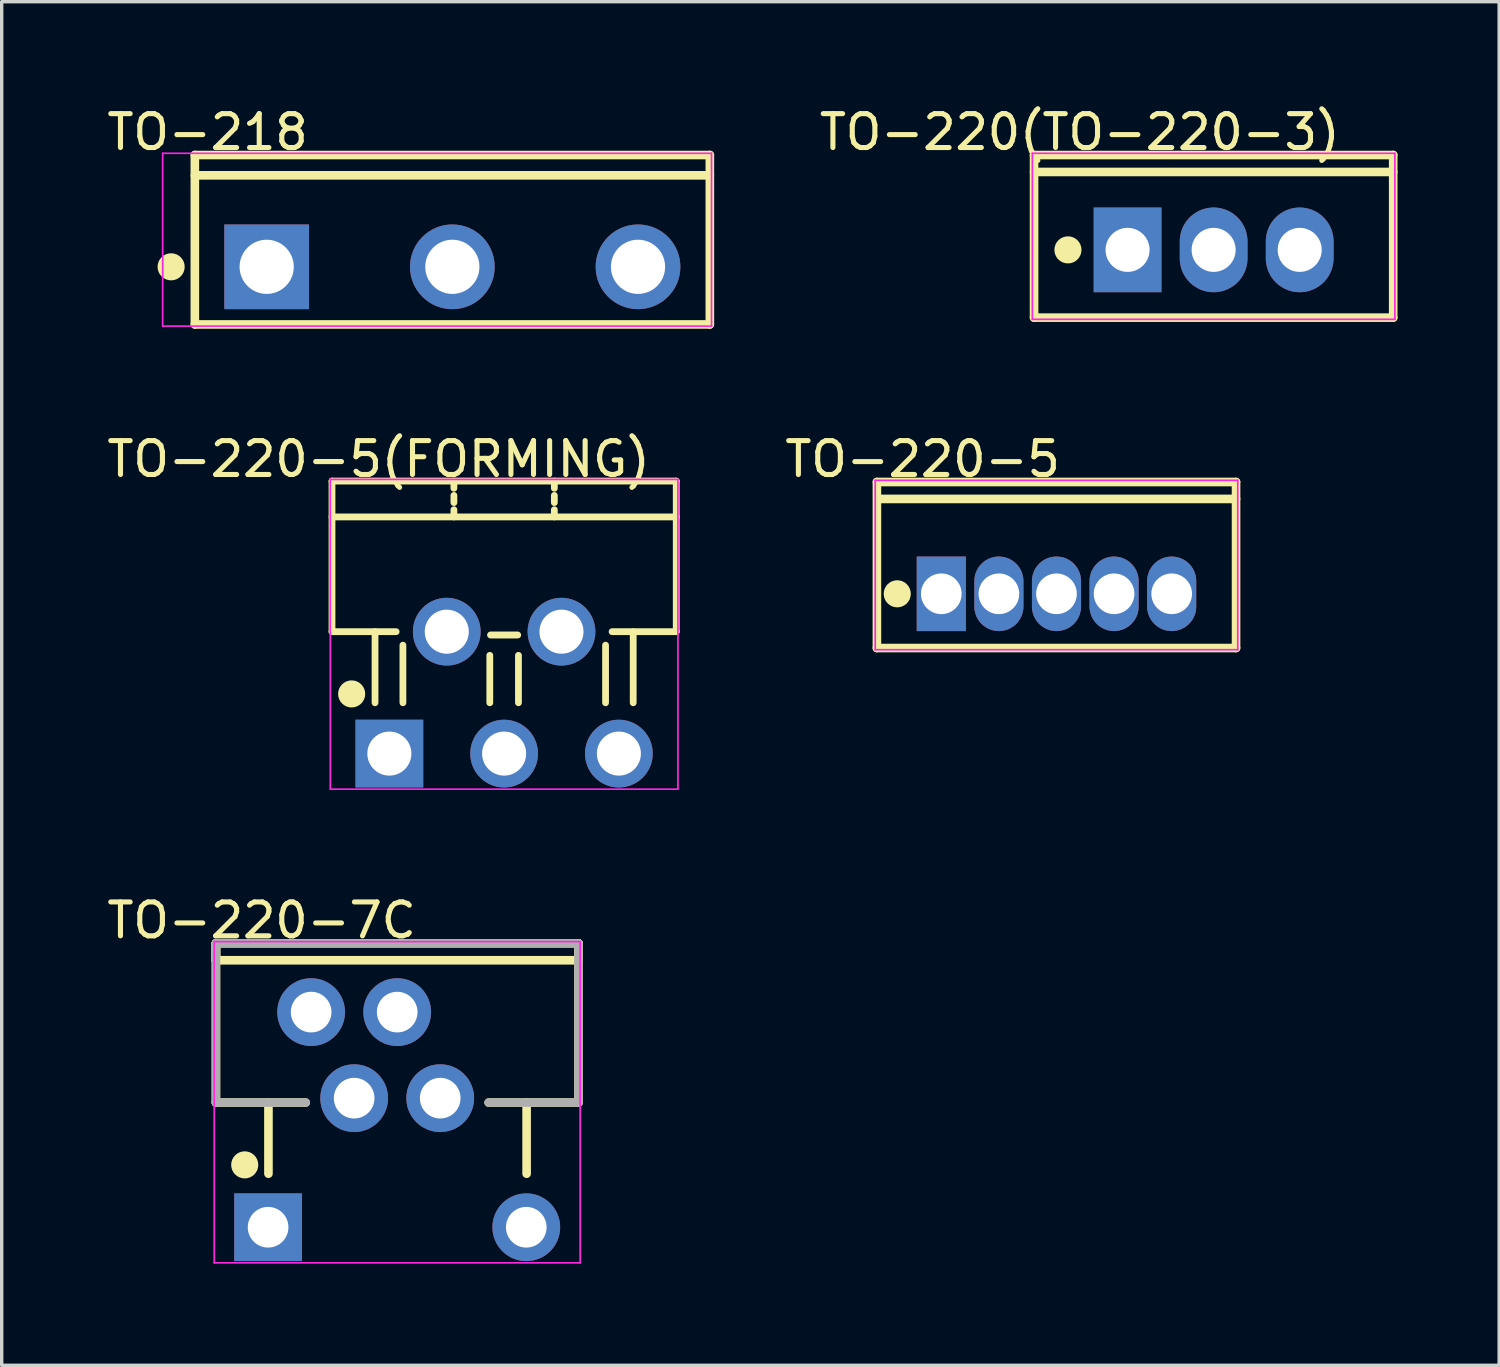
<source format=kicad_pcb>
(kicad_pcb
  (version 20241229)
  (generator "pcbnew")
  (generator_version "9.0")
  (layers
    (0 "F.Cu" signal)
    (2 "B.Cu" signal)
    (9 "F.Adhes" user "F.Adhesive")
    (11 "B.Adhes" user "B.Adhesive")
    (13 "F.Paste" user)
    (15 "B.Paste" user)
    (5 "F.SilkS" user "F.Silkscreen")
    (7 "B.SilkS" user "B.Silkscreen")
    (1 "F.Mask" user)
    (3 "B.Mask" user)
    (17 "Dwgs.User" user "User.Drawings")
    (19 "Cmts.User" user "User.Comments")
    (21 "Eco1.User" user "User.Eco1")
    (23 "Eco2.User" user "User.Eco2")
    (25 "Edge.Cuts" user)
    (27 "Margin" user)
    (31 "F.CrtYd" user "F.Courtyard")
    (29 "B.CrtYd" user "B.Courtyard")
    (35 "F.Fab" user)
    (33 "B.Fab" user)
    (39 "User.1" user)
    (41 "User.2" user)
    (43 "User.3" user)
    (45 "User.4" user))
  (footprint "TO-218"
    (layer "F.Cu")
    (at 10.301 4.825)
    (property "Reference" "TO-218" (at -7.224 -3.976 0) (layer "F.SilkS") (effects (font (size 1 1) (thickness 0.15))))
    (attr through_hole)
    (fp_line (start -7.6 -3.3) (end 7.6 -3.3) (stroke (width 0.254) (type solid)) (layer "F.SilkS"))
    (fp_line (start -7.6 -2.7) (end 7.6 -2.7) (stroke (width 0.254) (type solid)) (layer "F.SilkS"))
    (fp_line (start -7.6 1.7) (end -7.6 -3.3) (stroke (width 0.254) (type solid)) (layer "F.SilkS"))
    (fp_line (start -7.6 1.7) (end 7.6 1.7) (stroke (width 0.254) (type solid)) (layer "F.SilkS"))
    (fp_line (start 7.6 1.7) (end 7.6 -3.3) (stroke (width 0.254) (type solid)) (layer "F.SilkS"))
    (fp_circle (center -8.3 0) (end -8.1 0) (stroke (width 0.4) (type solid)) (fill no) (layer "F.SilkS"))
    (fp_line (start -8.55 -3.35) (end 7.65 -3.35) (stroke (width 0.05) (type solid)) (layer "F.CrtYd"))
    (fp_line (start -8.55 1.75) (end -8.55 -3.35) (stroke (width 0.05) (type solid)) (layer "F.CrtYd"))
    (fp_line (start 7.65 -3.35) (end 7.65 1.75) (stroke (width 0.05) (type solid)) (layer "F.CrtYd"))
    (fp_line (start 7.65 1.75) (end -8.55 1.75) (stroke (width 0.05) (type solid)) (layer "F.CrtYd"))
    (pad "1" thru_hole rect (at -5.48 0) (size 2.5 2.5) (drill 1.6) (layers "*.Cu" "*.Mask"))
    (pad "2" thru_hole oval (at 0 0) (size 2.5 2.5) (drill 1.6) (layers "*.Cu" "*.Mask"))
    (pad "3" thru_hole oval (at 5.48 0) (size 2.5 2.5) (drill 1.6) (layers "*.Cu" "*.Mask")))
  (footprint "TO-220-5(FORMING)"
    (layer "F.Cu")
    (at 11.829 19.192)
    (property "Reference" "TO-220-5(FORMING)" (at -3.704 -8.693 0) (layer "F.SilkS") (effects (font (size 1 1) (thickness 0.15))))
    (attr through_hole)
    (fp_line (start -5.08 -8.043) (end 5.08 -8.043) (stroke (width 0.2) (type solid)) (layer "F.SilkS"))
    (fp_line (start -5.08 -6.985) (end 5.08 -6.985) (stroke (width 0.2) (type solid)) (layer "F.SilkS"))
    (fp_line (start -5.08 -3.598) (end -5.08 -8.043) (stroke (width 0.2) (type solid)) (layer "F.SilkS"))
    (fp_line (start -5.08 -3.598) (end -3.187 -3.598) (stroke (width 0.2) (type solid)) (layer "F.SilkS"))
    (fp_line (start -3.81 -1.5) (end -3.81 -3.598) (stroke (width 0.2) (type solid)) (layer "F.SilkS"))
    (fp_line (start -2.987 -1.5) (end -2.987 -3.2) (stroke (width 0.2) (type solid)) (layer "F.SilkS"))
    (fp_line (start -1.482 -7.832) (end -1.482 -8.043) (stroke (width 0.2) (type solid)) (layer "F.SilkS"))
    (fp_line (start -1.482 -7.408) (end -1.482 -7.62) (stroke (width 0.2) (type solid)) (layer "F.SilkS"))
    (fp_line (start -1.482 -6.985) (end -1.482 -7.197) (stroke (width 0.2) (type solid)) (layer "F.SilkS"))
    (fp_line (start -0.423 -1.5) (end -0.423 -2.9) (stroke (width 0.2) (type solid)) (layer "F.SilkS"))
    (fp_line (start -0.4 -3.5) (end 0.4 -3.5) (stroke (width 0.203) (type solid)) (layer "F.SilkS"))
    (fp_line (start 0.423 -1.5) (end 0.423 -2.9) (stroke (width 0.2) (type solid)) (layer "F.SilkS"))
    (fp_line (start 1.482 -7.832) (end 1.482 -8.043) (stroke (width 0.2) (type solid)) (layer "F.SilkS"))
    (fp_line (start 1.482 -7.408) (end 1.482 -7.62) (stroke (width 0.2) (type solid)) (layer "F.SilkS"))
    (fp_line (start 1.482 -6.985) (end 1.482 -7.197) (stroke (width 0.2) (type solid)) (layer "F.SilkS"))
    (fp_line (start 2.994 -1.5) (end 2.994 -3.2) (stroke (width 0.2) (type solid)) (layer "F.SilkS"))
    (fp_line (start 3.187 -3.598) (end 5.08 -3.598) (stroke (width 0.2) (type solid)) (layer "F.SilkS"))
    (fp_line (start 3.81 -1.5) (end 3.81 -3.598) (stroke (width 0.2) (type solid)) (layer "F.SilkS"))
    (fp_line (start 5.08 -3.598) (end 5.08 -8.043) (stroke (width 0.2) (type solid)) (layer "F.SilkS"))
    (fp_circle (center -4.5 -1.761) (end -4.3 -1.761) (stroke (width 0.4) (type solid)) (fill no) (layer "F.SilkS"))
    (fp_line (start -5.13 -8.093) (end 5.13 -8.093) (stroke (width 0.05) (type solid)) (layer "F.CrtYd"))
    (fp_line (start -5.13 1.05) (end -5.13 -8.093) (stroke (width 0.05) (type solid)) (layer "F.CrtYd"))
    (fp_line (start 5.13 -8.093) (end 5.13 1.05) (stroke (width 0.05) (type solid)) (layer "F.CrtYd"))
    (fp_line (start 5.13 1.05) (end -5.13 1.05) (stroke (width 0.05) (type solid)) (layer "F.CrtYd"))
    (pad "1" thru_hole rect (at -3.387 0) (size 2 2) (drill 1.3) (layers "*.Cu" "*.Mask"))
    (pad "2" thru_hole oval (at -1.693 -3.598) (size 2 2) (drill 1.3) (layers "*.Cu" "*.Mask"))
    (pad "3" thru_hole oval (at 0 0) (size 2 2) (drill 1.3) (layers "*.Cu" "*.Mask"))
    (pad "4" thru_hole oval (at 1.693 -3.598) (size 2 2) (drill 1.3) (layers "*.Cu" "*.Mask"))
    (pad "5" thru_hole oval (at 3.387 0) (size 2 2) (drill 1.3) (layers "*.Cu" "*.Mask")))
  (footprint "TO-220-5"
    (layer "F.Cu")
    (at 28.132 14.476)
    (property "Reference" "TO-220-5" (at -3.951 -3.976 0) (layer "F.SilkS") (effects (font (size 1 1) (thickness 0.15))))
    (attr through_hole)
    (fp_line (start -5.3 -3.3) (end 5.3 -3.3) (stroke (width 0.254) (type solid)) (layer "F.SilkS"))
    (fp_line (start -5.3 1.6) (end -5.3 -3.3) (stroke (width 0.254) (type solid)) (layer "F.SilkS"))
    (fp_line (start -5.3 1.6) (end 5.3 1.6) (stroke (width 0.254) (type solid)) (layer "F.SilkS"))
    (fp_line (start -5.2 -2.8) (end 5.3 -2.8) (stroke (width 0.254) (type solid)) (layer "F.SilkS"))
    (fp_line (start 5.3 1.6) (end 5.3 -3.3) (stroke (width 0.254) (type solid)) (layer "F.SilkS"))
    (fp_circle (center -4.7 0) (end -4.5 0) (stroke (width 0.4) (type solid)) (fill no) (layer "F.SilkS"))
    (fp_line (start -5.35 -3.35) (end 5.35 -3.35) (stroke (width 0.05) (type solid)) (layer "F.CrtYd"))
    (fp_line (start -5.35 1.65) (end -5.35 -3.35) (stroke (width 0.05) (type solid)) (layer "F.CrtYd"))
    (fp_line (start 5.35 -3.35) (end 5.35 1.65) (stroke (width 0.05) (type solid)) (layer "F.CrtYd"))
    (fp_line (start 5.35 1.65) (end -5.35 1.65) (stroke (width 0.05) (type solid)) (layer "F.CrtYd"))
    (pad "1" thru_hole rect (at -3.4 0) (size 1.45 2.2) (drill 1.2) (layers "*.Cu" "*.Mask"))
    (pad "2" thru_hole oval (at -1.7 0) (size 1.45 2.2) (drill 1.2) (layers "*.Cu" "*.Mask"))
    (pad "3" thru_hole oval (at 0 0) (size 1.45 2.2) (drill 1.2) (layers "*.Cu" "*.Mask"))
    (pad "4" thru_hole oval (at 1.7 0) (size 1.45 2.2) (drill 1.2) (layers "*.Cu" "*.Mask"))
    (pad "5" thru_hole oval (at 3.4 0) (size 1.45 2.2) (drill 1.2) (layers "*.Cu" "*.Mask")))
  (footprint "TO-220-7C"
    (layer "F.Cu")
    (at 8.673 28.092)
    (property "Reference" "TO-220-7C" (at -4.001 -3.976 0) (layer "F.SilkS") (effects (font (size 1 1) (thickness 0.15))))
    (attr through_hole)
    (fp_line (start -5.35 -3.3) (end 5.35 -3.3) (stroke (width 0.254) (type solid)) (layer "F.SilkS"))
    (fp_line (start -5.35 -2.8) (end -5.35 -3.3) (stroke (width 0.254) (type solid)) (layer "F.SilkS"))
    (fp_line (start -5.35 -2.8) (end -5.35 -3.3) (stroke (width 0.254) (type solid)) (layer "F.SilkS"))
    (fp_line (start -5.35 -2.8) (end 5.35 -2.8) (stroke (width 0.254) (type solid)) (layer "F.SilkS"))
    (fp_line (start -5.35 1.4) (end -5.35 -3.3) (stroke (width 0.254) (type solid)) (layer "F.SilkS"))
    (fp_line (start -5.35 1.4) (end -2.7 1.4) (stroke (width 0.254) (type solid)) (layer "F.SilkS"))
    (fp_line (start -3.8 3.5) (end -3.8 1.4) (stroke (width 0.254) (type solid)) (layer "F.SilkS"))
    (fp_line (start 2.7 1.4) (end 5.35 1.4) (stroke (width 0.254) (type solid)) (layer "F.SilkS"))
    (fp_line (start 3.82 3.5) (end 3.82 1.4) (stroke (width 0.254) (type solid)) (layer "F.SilkS"))
    (fp_line (start 5.35 -2.8) (end 5.35 -3.3) (stroke (width 0.254) (type solid)) (layer "F.SilkS"))
    (fp_line (start 5.35 -2.8) (end 5.35 -3.3) (stroke (width 0.254) (type solid)) (layer "F.SilkS"))
    (fp_line (start 5.35 1.4) (end 5.35 -3.3) (stroke (width 0.254) (type solid)) (layer "F.SilkS"))
    (fp_circle (center -4.5 3.239) (end -4.3 3.239) (stroke (width 0.4) (type solid)) (fill no) (layer "F.SilkS"))
    (fp_line (start -5.4 -3.35) (end 5.4 -3.35) (stroke (width 0.05) (type solid)) (layer "F.CrtYd"))
    (fp_line (start -5.4 6.13) (end -5.4 -3.35) (stroke (width 0.05) (type solid)) (layer "F.CrtYd"))
    (fp_line (start 5.4 -3.35) (end 5.4 6.13) (stroke (width 0.05) (type solid)) (layer "F.CrtYd"))
    (fp_line (start 5.4 6.13) (end -5.4 6.13) (stroke (width 0.05) (type solid)) (layer "F.CrtYd"))
    (fp_line (start -5.35 -3.3) (end 5.35 -3.3) (stroke (width 0.254) (type solid)) (layer "F.Fab"))
    (fp_line (start -5.35 1.4) (end -5.35 -3.3) (stroke (width 0.254) (type solid)) (layer "F.Fab"))
    (fp_line (start -5.35 1.4) (end -2.7 1.4) (stroke (width 0.254) (type solid)) (layer "F.Fab"))
    (fp_line (start 2.7 1.4) (end 5.35 1.4) (stroke (width 0.254) (type solid)) (layer "F.Fab"))
    (fp_line (start 5.35 1.4) (end 5.35 -3.3) (stroke (width 0.254) (type solid)) (layer "F.Fab"))
    (pad "1" thru_hole rect (at -3.81 5.08) (size 2 2) (drill 1.2) (layers "*.Cu" "*.Mask"))
    (pad "2" thru_hole oval (at -2.54 -1.27) (size 2 2) (drill 1.2) (layers "*.Cu" "*.Mask"))
    (pad "3" thru_hole oval (at -1.27 1.27) (size 2 2) (drill 1.2) (layers "*.Cu" "*.Mask"))
    (pad "4" thru_hole oval (at 0 -1.27) (size 2 2) (drill 1.2) (layers "*.Cu" "*.Mask"))
    (pad "5" thru_hole oval (at 1.27 1.27) (size 2 2) (drill 1.2) (layers "*.Cu" "*.Mask"))
    (pad "7" thru_hole oval (at 3.81 5.08) (size 2 2) (drill 1.2) (layers "*.Cu" "*.Mask")))
  (footprint "TO-220(TO-220-3)"
    (layer "F.Cu")
    (at 32.77 4.325)
    (property "Reference" "TO-220(TO-220-3)" (at -3.951 -3.476 0) (layer "F.SilkS") (effects (font (size 1 1) (thickness 0.15))))
    (attr through_hole)
    (fp_line (start -5.3 -2.8) (end 5.3 -2.8) (stroke (width 0.254) (type solid)) (layer "F.SilkS"))
    (fp_line (start -5.3 -2.3) (end 5.3 -2.3) (stroke (width 0.254) (type solid)) (layer "F.SilkS"))
    (fp_line (start -5.3 2) (end -5.3 -2.8) (stroke (width 0.254) (type solid)) (layer "F.SilkS"))
    (fp_line (start -5.3 2) (end 5.3 2) (stroke (width 0.254) (type solid)) (layer "F.SilkS"))
    (fp_line (start 5.3 2) (end 5.3 -2.8) (stroke (width 0.254) (type solid)) (layer "F.SilkS"))
    (fp_circle (center -4.3 0) (end -4.1 0) (stroke (width 0.4) (type solid)) (fill no) (layer "F.SilkS"))
    (fp_line (start -5.35 -2.85) (end 5.35 -2.85) (stroke (width 0.05) (type solid)) (layer "F.CrtYd"))
    (fp_line (start -5.35 2.05) (end -5.35 -2.85) (stroke (width 0.05) (type solid)) (layer "F.CrtYd"))
    (fp_line (start 5.35 -2.85) (end 5.35 2.05) (stroke (width 0.05) (type solid)) (layer "F.CrtYd"))
    (fp_line (start 5.35 2.05) (end -5.35 2.05) (stroke (width 0.05) (type solid)) (layer "F.CrtYd"))
    (pad "1" thru_hole rect (at -2.54 0) (size 2 2.5) (drill 1.3) (layers "*.Cu" "*.Mask"))
    (pad "2" thru_hole oval (at 0 0) (size 2 2.5) (drill 1.3) (layers "*.Cu" "*.Mask"))
    (pad "3" thru_hole oval (at 2.54 0) (size 2 2.5) (drill 1.3) (layers "*.Cu" "*.Mask")))
  (gr_rect
    (start -3 -3)
    (end 41.197 37.247)
    (stroke (width 0.1) (type default))
    (fill no)
    (layer "Edge.Cuts")))
</source>
